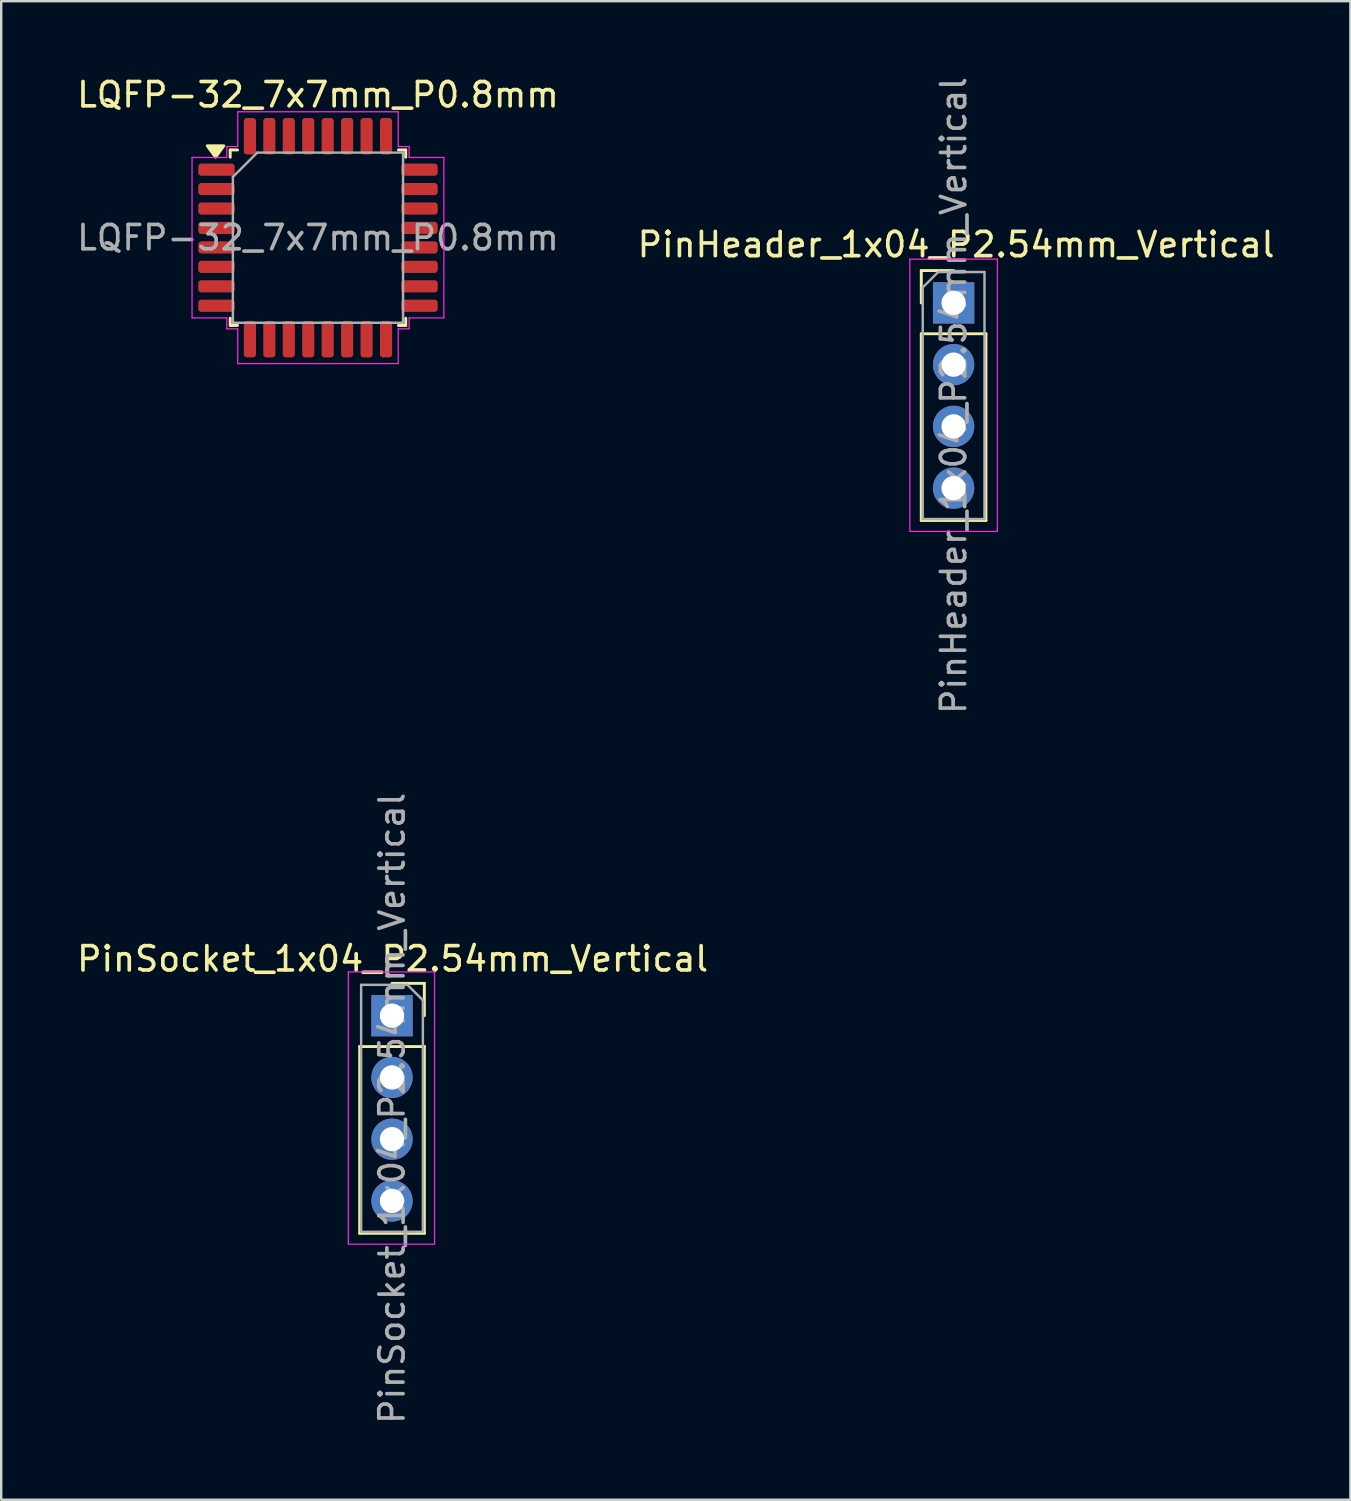
<source format=kicad_pcb>
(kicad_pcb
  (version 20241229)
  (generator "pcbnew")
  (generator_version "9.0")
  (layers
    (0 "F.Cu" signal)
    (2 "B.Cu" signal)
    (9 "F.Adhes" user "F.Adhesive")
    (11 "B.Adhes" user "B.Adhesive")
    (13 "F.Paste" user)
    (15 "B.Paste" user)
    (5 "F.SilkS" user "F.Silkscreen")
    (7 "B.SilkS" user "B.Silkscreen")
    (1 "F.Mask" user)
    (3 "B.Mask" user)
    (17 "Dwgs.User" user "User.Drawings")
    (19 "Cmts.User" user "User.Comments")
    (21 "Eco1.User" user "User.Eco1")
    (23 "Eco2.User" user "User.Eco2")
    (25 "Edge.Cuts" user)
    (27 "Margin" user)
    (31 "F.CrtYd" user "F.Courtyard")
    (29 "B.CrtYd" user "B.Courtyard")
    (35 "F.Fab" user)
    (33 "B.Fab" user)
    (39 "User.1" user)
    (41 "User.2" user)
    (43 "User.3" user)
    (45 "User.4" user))
  (footprint "PinHeader_1x04_P2.54mm_Vertical"
    (layer "F.Cu")
    (at 36.178 9.41)
    (property "Reference" "PinHeader_1x04_P2.54mm_Vertical" (at 0.102 -2.398 0) (layer "F.SilkS") (effects (font (size 1 1) (thickness 0.15))))
    (attr through_hole)
    (fp_line (start -1.33 -1.33) (end 0 -1.33) (stroke (width 0.12) (type solid)) (layer "F.SilkS"))
    (fp_line (start -1.33 0) (end -1.33 -1.33) (stroke (width 0.12) (type solid)) (layer "F.SilkS"))
    (fp_line (start -1.33 1.27) (end -1.33 8.95) (stroke (width 0.12) (type solid)) (layer "F.SilkS"))
    (fp_line (start -1.33 1.27) (end 1.33 1.27) (stroke (width 0.12) (type solid)) (layer "F.SilkS"))
    (fp_line (start -1.33 8.95) (end 1.33 8.95) (stroke (width 0.12) (type solid)) (layer "F.SilkS"))
    (fp_line (start 1.33 1.27) (end 1.33 8.95) (stroke (width 0.12) (type solid)) (layer "F.SilkS"))
    (fp_line (start -1.8 -1.8) (end -1.8 9.4) (stroke (width 0.05) (type solid)) (layer "F.CrtYd"))
    (fp_line (start -1.8 9.4) (end 1.8 9.4) (stroke (width 0.05) (type solid)) (layer "F.CrtYd"))
    (fp_line (start 1.8 -1.8) (end -1.8 -1.8) (stroke (width 0.05) (type solid)) (layer "F.CrtYd"))
    (fp_line (start 1.8 9.4) (end 1.8 -1.8) (stroke (width 0.05) (type solid)) (layer "F.CrtYd"))
    (fp_line (start -1.27 -0.635) (end -0.635 -1.27) (stroke (width 0.1) (type solid)) (layer "F.Fab"))
    (fp_line (start -1.27 8.89) (end -1.27 -0.635) (stroke (width 0.1) (type solid)) (layer "F.Fab"))
    (fp_line (start -0.635 -1.27) (end 1.27 -1.27) (stroke (width 0.1) (type solid)) (layer "F.Fab"))
    (fp_line (start 1.27 -1.27) (end 1.27 8.89) (stroke (width 0.1) (type solid)) (layer "F.Fab"))
    (fp_line (start 1.27 8.89) (end -1.27 8.89) (stroke (width 0.1) (type solid)) (layer "F.Fab"))
    (fp_text user "${REFERENCE}" (at 0 3.81 270) (layer "F.Fab") (effects (font (size 1 1) (thickness 0.15))))
    (pad "1" thru_hole rect (at 0 0) (size 1.7 1.7) (drill 1) (layers "*.Cu" "*.Mask"))
    (pad "2" thru_hole oval (at 0 2.54) (size 1.7 1.7) (drill 1) (layers "*.Cu" "*.Mask"))
    (pad "3" thru_hole oval (at 0 5.08) (size 1.7 1.7) (drill 1) (layers "*.Cu" "*.Mask"))
    (pad "4" thru_hole oval (at 0 7.62) (size 1.7 1.7) (drill 1) (layers "*.Cu" "*.Mask")))
  (footprint "LQFP-32_7x7mm_P0.8mm"
    (layer "F.Cu")
    (at 10.03 6.728)
    (property "Reference" "LQFP-32_7x7mm_P0.8mm" (at 0 -5.88 0) (layer "F.SilkS") (effects (font (size 1 1) (thickness 0.15))))
    (attr smd)
    (fp_line (start -3.61 -3.61) (end -3.61 -3.31) (stroke (width 0.12) (type solid)) (layer "F.SilkS"))
    (fp_line (start -3.61 3.61) (end -3.61 3.31) (stroke (width 0.12) (type solid)) (layer "F.SilkS"))
    (fp_line (start -3.31 -3.61) (end -3.61 -3.61) (stroke (width 0.12) (type solid)) (layer "F.SilkS"))
    (fp_line (start -3.31 3.61) (end -3.61 3.61) (stroke (width 0.12) (type solid)) (layer "F.SilkS"))
    (fp_line (start 3.31 -3.61) (end 3.61 -3.61) (stroke (width 0.12) (type solid)) (layer "F.SilkS"))
    (fp_line (start 3.31 3.61) (end 3.61 3.61) (stroke (width 0.12) (type solid)) (layer "F.SilkS"))
    (fp_line (start 3.61 -3.61) (end 3.61 -3.31) (stroke (width 0.12) (type solid)) (layer "F.SilkS"))
    (fp_line (start 3.61 3.61) (end 3.61 3.31) (stroke (width 0.12) (type solid)) (layer "F.SilkS"))
    (fp_poly (pts (xy -4.213 -3.31) (xy -4.553 -3.78) (xy -3.873 -3.78) (xy -4.213 -3.31)) (stroke (width 0.12) (type solid)) (fill yes) (layer "F.SilkS"))
    (fp_line (start -5.18 -3.3) (end -5.18 0) (stroke (width 0.05) (type solid)) (layer "F.CrtYd"))
    (fp_line (start -5.18 3.3) (end -5.18 0) (stroke (width 0.05) (type solid)) (layer "F.CrtYd"))
    (fp_line (start -3.75 -3.75) (end -3.75 -3.3) (stroke (width 0.05) (type solid)) (layer "F.CrtYd"))
    (fp_line (start -3.75 -3.3) (end -5.18 -3.3) (stroke (width 0.05) (type solid)) (layer "F.CrtYd"))
    (fp_line (start -3.75 3.3) (end -5.18 3.3) (stroke (width 0.05) (type solid)) (layer "F.CrtYd"))
    (fp_line (start -3.75 3.75) (end -3.75 3.3) (stroke (width 0.05) (type solid)) (layer "F.CrtYd"))
    (fp_line (start -3.3 -5.18) (end -3.3 -3.75) (stroke (width 0.05) (type solid)) (layer "F.CrtYd"))
    (fp_line (start -3.3 -3.75) (end -3.75 -3.75) (stroke (width 0.05) (type solid)) (layer "F.CrtYd"))
    (fp_line (start -3.3 3.75) (end -3.75 3.75) (stroke (width 0.05) (type solid)) (layer "F.CrtYd"))
    (fp_line (start -3.3 5.18) (end -3.3 3.75) (stroke (width 0.05) (type solid)) (layer "F.CrtYd"))
    (fp_line (start 0 -5.18) (end -3.3 -5.18) (stroke (width 0.05) (type solid)) (layer "F.CrtYd"))
    (fp_line (start 0 -5.18) (end 3.3 -5.18) (stroke (width 0.05) (type solid)) (layer "F.CrtYd"))
    (fp_line (start 0 5.18) (end -3.3 5.18) (stroke (width 0.05) (type solid)) (layer "F.CrtYd"))
    (fp_line (start 0 5.18) (end 3.3 5.18) (stroke (width 0.05) (type solid)) (layer "F.CrtYd"))
    (fp_line (start 3.3 -5.18) (end 3.3 -3.75) (stroke (width 0.05) (type solid)) (layer "F.CrtYd"))
    (fp_line (start 3.3 -3.75) (end 3.75 -3.75) (stroke (width 0.05) (type solid)) (layer "F.CrtYd"))
    (fp_line (start 3.3 3.75) (end 3.75 3.75) (stroke (width 0.05) (type solid)) (layer "F.CrtYd"))
    (fp_line (start 3.3 5.18) (end 3.3 3.75) (stroke (width 0.05) (type solid)) (layer "F.CrtYd"))
    (fp_line (start 3.75 -3.75) (end 3.75 -3.3) (stroke (width 0.05) (type solid)) (layer "F.CrtYd"))
    (fp_line (start 3.75 -3.3) (end 5.18 -3.3) (stroke (width 0.05) (type solid)) (layer "F.CrtYd"))
    (fp_line (start 3.75 3.3) (end 5.18 3.3) (stroke (width 0.05) (type solid)) (layer "F.CrtYd"))
    (fp_line (start 3.75 3.75) (end 3.75 3.3) (stroke (width 0.05) (type solid)) (layer "F.CrtYd"))
    (fp_line (start 5.18 -3.3) (end 5.18 0) (stroke (width 0.05) (type solid)) (layer "F.CrtYd"))
    (fp_line (start 5.18 3.3) (end 5.18 0) (stroke (width 0.05) (type solid)) (layer "F.CrtYd"))
    (fp_line (start -3.5 -2.5) (end -2.5 -3.5) (stroke (width 0.1) (type solid)) (layer "F.Fab"))
    (fp_line (start -3.5 3.5) (end -3.5 -2.5) (stroke (width 0.1) (type solid)) (layer "F.Fab"))
    (fp_line (start -2.5 -3.5) (end 3.5 -3.5) (stroke (width 0.1) (type solid)) (layer "F.Fab"))
    (fp_line (start 3.5 -3.5) (end 3.5 3.5) (stroke (width 0.1) (type solid)) (layer "F.Fab"))
    (fp_line (start 3.5 3.5) (end -3.5 3.5) (stroke (width 0.1) (type solid)) (layer "F.Fab"))
    (fp_text user "${REFERENCE}" (at 0 0 0) (layer "F.Fab") (effects (font (size 1 1) (thickness 0.15))))
    (pad "1" smd roundrect (at -4.175 -2.8) (size 1.5 0.5) (layers "F.Cu" "F.Mask" "F.Paste") (roundrect_rratio 0.25))
    (pad "2" smd roundrect (at -4.175 -2) (size 1.5 0.5) (layers "F.Cu" "F.Mask" "F.Paste") (roundrect_rratio 0.25))
    (pad "3" smd roundrect (at -4.175 -1.2) (size 1.5 0.5) (layers "F.Cu" "F.Mask" "F.Paste") (roundrect_rratio 0.25))
    (pad "4" smd roundrect (at -4.175 -0.4) (size 1.5 0.5) (layers "F.Cu" "F.Mask" "F.Paste") (roundrect_rratio 0.25))
    (pad "5" smd roundrect (at -4.175 0.4) (size 1.5 0.5) (layers "F.Cu" "F.Mask" "F.Paste") (roundrect_rratio 0.25))
    (pad "6" smd roundrect (at -4.175 1.2) (size 1.5 0.5) (layers "F.Cu" "F.Mask" "F.Paste") (roundrect_rratio 0.25))
    (pad "7" smd roundrect (at -4.175 2) (size 1.5 0.5) (layers "F.Cu" "F.Mask" "F.Paste") (roundrect_rratio 0.25))
    (pad "8" smd roundrect (at -4.175 2.8) (size 1.5 0.5) (layers "F.Cu" "F.Mask" "F.Paste") (roundrect_rratio 0.25))
    (pad "9" smd roundrect (at -2.8 4.175) (size 0.5 1.5) (layers "F.Cu" "F.Mask" "F.Paste") (roundrect_rratio 0.25))
    (pad "10" smd roundrect (at -2 4.175) (size 0.5 1.5) (layers "F.Cu" "F.Mask" "F.Paste") (roundrect_rratio 0.25))
    (pad "11" smd roundrect (at -1.2 4.175) (size 0.5 1.5) (layers "F.Cu" "F.Mask" "F.Paste") (roundrect_rratio 0.25))
    (pad "12" smd roundrect (at -0.4 4.175) (size 0.5 1.5) (layers "F.Cu" "F.Mask" "F.Paste") (roundrect_rratio 0.25))
    (pad "13" smd roundrect (at 0.4 4.175) (size 0.5 1.5) (layers "F.Cu" "F.Mask" "F.Paste") (roundrect_rratio 0.25))
    (pad "14" smd roundrect (at 1.2 4.175) (size 0.5 1.5) (layers "F.Cu" "F.Mask" "F.Paste") (roundrect_rratio 0.25))
    (pad "15" smd roundrect (at 2 4.175) (size 0.5 1.5) (layers "F.Cu" "F.Mask" "F.Paste") (roundrect_rratio 0.25))
    (pad "16" smd roundrect (at 2.8 4.175) (size 0.5 1.5) (layers "F.Cu" "F.Mask" "F.Paste") (roundrect_rratio 0.25))
    (pad "17" smd roundrect (at 4.175 2.8) (size 1.5 0.5) (layers "F.Cu" "F.Mask" "F.Paste") (roundrect_rratio 0.25))
    (pad "18" smd roundrect (at 4.175 2) (size 1.5 0.5) (layers "F.Cu" "F.Mask" "F.Paste") (roundrect_rratio 0.25))
    (pad "19" smd roundrect (at 4.175 1.2) (size 1.5 0.5) (layers "F.Cu" "F.Mask" "F.Paste") (roundrect_rratio 0.25))
    (pad "20" smd roundrect (at 4.175 0.4) (size 1.5 0.5) (layers "F.Cu" "F.Mask" "F.Paste") (roundrect_rratio 0.25))
    (pad "21" smd roundrect (at 4.175 -0.4) (size 1.5 0.5) (layers "F.Cu" "F.Mask" "F.Paste") (roundrect_rratio 0.25))
    (pad "22" smd roundrect (at 4.175 -1.2) (size 1.5 0.5) (layers "F.Cu" "F.Mask" "F.Paste") (roundrect_rratio 0.25))
    (pad "23" smd roundrect (at 4.175 -2) (size 1.5 0.5) (layers "F.Cu" "F.Mask" "F.Paste") (roundrect_rratio 0.25))
    (pad "24" smd roundrect (at 4.175 -2.8) (size 1.5 0.5) (layers "F.Cu" "F.Mask" "F.Paste") (roundrect_rratio 0.25))
    (pad "25" smd roundrect (at 2.8 -4.175) (size 0.5 1.5) (layers "F.Cu" "F.Mask" "F.Paste") (roundrect_rratio 0.25))
    (pad "26" smd roundrect (at 2 -4.175) (size 0.5 1.5) (layers "F.Cu" "F.Mask" "F.Paste") (roundrect_rratio 0.25))
    (pad "27" smd roundrect (at 1.2 -4.175) (size 0.5 1.5) (layers "F.Cu" "F.Mask" "F.Paste") (roundrect_rratio 0.25))
    (pad "28" smd roundrect (at 0.4 -4.175) (size 0.5 1.5) (layers "F.Cu" "F.Mask" "F.Paste") (roundrect_rratio 0.25))
    (pad "29" smd roundrect (at -0.4 -4.175) (size 0.5 1.5) (layers "F.Cu" "F.Mask" "F.Paste") (roundrect_rratio 0.25))
    (pad "30" smd roundrect (at -1.2 -4.175) (size 0.5 1.5) (layers "F.Cu" "F.Mask" "F.Paste") (roundrect_rratio 0.25))
    (pad "31" smd roundrect (at -2 -4.175) (size 0.5 1.5) (layers "F.Cu" "F.Mask" "F.Paste") (roundrect_rratio 0.25))
    (pad "32" smd roundrect (at -2.8 -4.175) (size 0.5 1.5) (layers "F.Cu" "F.Mask" "F.Paste") (roundrect_rratio 0.25)))
  (footprint "PinSocket_1x04_P2.54mm_Vertical"
    (layer "F.Cu")
    (at 13.076 38.732)
    (property "Reference" "PinSocket_1x04_P2.54mm_Vertical" (at 0.025 -2.337 0) (layer "F.SilkS") (effects (font (size 1 1) (thickness 0.15))))
    (attr through_hole)
    (fp_line (start -1.33 1.27) (end -1.33 8.95) (stroke (width 0.12) (type solid)) (layer "F.SilkS"))
    (fp_line (start -1.33 1.27) (end 1.33 1.27) (stroke (width 0.12) (type solid)) (layer "F.SilkS"))
    (fp_line (start -1.33 8.95) (end 1.33 8.95) (stroke (width 0.12) (type solid)) (layer "F.SilkS"))
    (fp_line (start 0 -1.33) (end 1.33 -1.33) (stroke (width 0.12) (type solid)) (layer "F.SilkS"))
    (fp_line (start 1.33 -1.33) (end 1.33 0) (stroke (width 0.12) (type solid)) (layer "F.SilkS"))
    (fp_line (start 1.33 1.27) (end 1.33 8.95) (stroke (width 0.12) (type solid)) (layer "F.SilkS"))
    (fp_line (start -1.8 -1.8) (end 1.75 -1.8) (stroke (width 0.05) (type solid)) (layer "F.CrtYd"))
    (fp_line (start -1.8 9.4) (end -1.8 -1.8) (stroke (width 0.05) (type solid)) (layer "F.CrtYd"))
    (fp_line (start 1.75 -1.8) (end 1.75 9.4) (stroke (width 0.05) (type solid)) (layer "F.CrtYd"))
    (fp_line (start 1.75 9.4) (end -1.8 9.4) (stroke (width 0.05) (type solid)) (layer "F.CrtYd"))
    (fp_line (start -1.27 -1.27) (end 0.635 -1.27) (stroke (width 0.1) (type solid)) (layer "F.Fab"))
    (fp_line (start -1.27 8.89) (end -1.27 -1.27) (stroke (width 0.1) (type solid)) (layer "F.Fab"))
    (fp_line (start 0.635 -1.27) (end 1.27 -0.635) (stroke (width 0.1) (type solid)) (layer "F.Fab"))
    (fp_line (start 1.27 -0.635) (end 1.27 8.89) (stroke (width 0.1) (type solid)) (layer "F.Fab"))
    (fp_line (start 1.27 8.89) (end -1.27 8.89) (stroke (width 0.1) (type solid)) (layer "F.Fab"))
    (fp_text user "${REFERENCE}" (at 0 3.81 270) (layer "F.Fab") (effects (font (size 1 1) (thickness 0.15))))
    (pad "1" thru_hole rect (at 0 0) (size 1.7 1.7) (drill 1) (layers "*.Cu" "*.Mask"))
    (pad "2" thru_hole oval (at 0 2.54) (size 1.7 1.7) (drill 1) (layers "*.Cu" "*.Mask"))
    (pad "3" thru_hole oval (at 0 5.08) (size 1.7 1.7) (drill 1) (layers "*.Cu" "*.Mask"))
    (pad "4" thru_hole oval (at 0 7.62) (size 1.7 1.7) (drill 1) (layers "*.Cu" "*.Mask")))
  (gr_rect
    (start -3 -3)
    (end 52.5 58.643)
    (stroke (width 0.1) (type default))
    (fill no)
    (layer "Edge.Cuts")))
</source>
